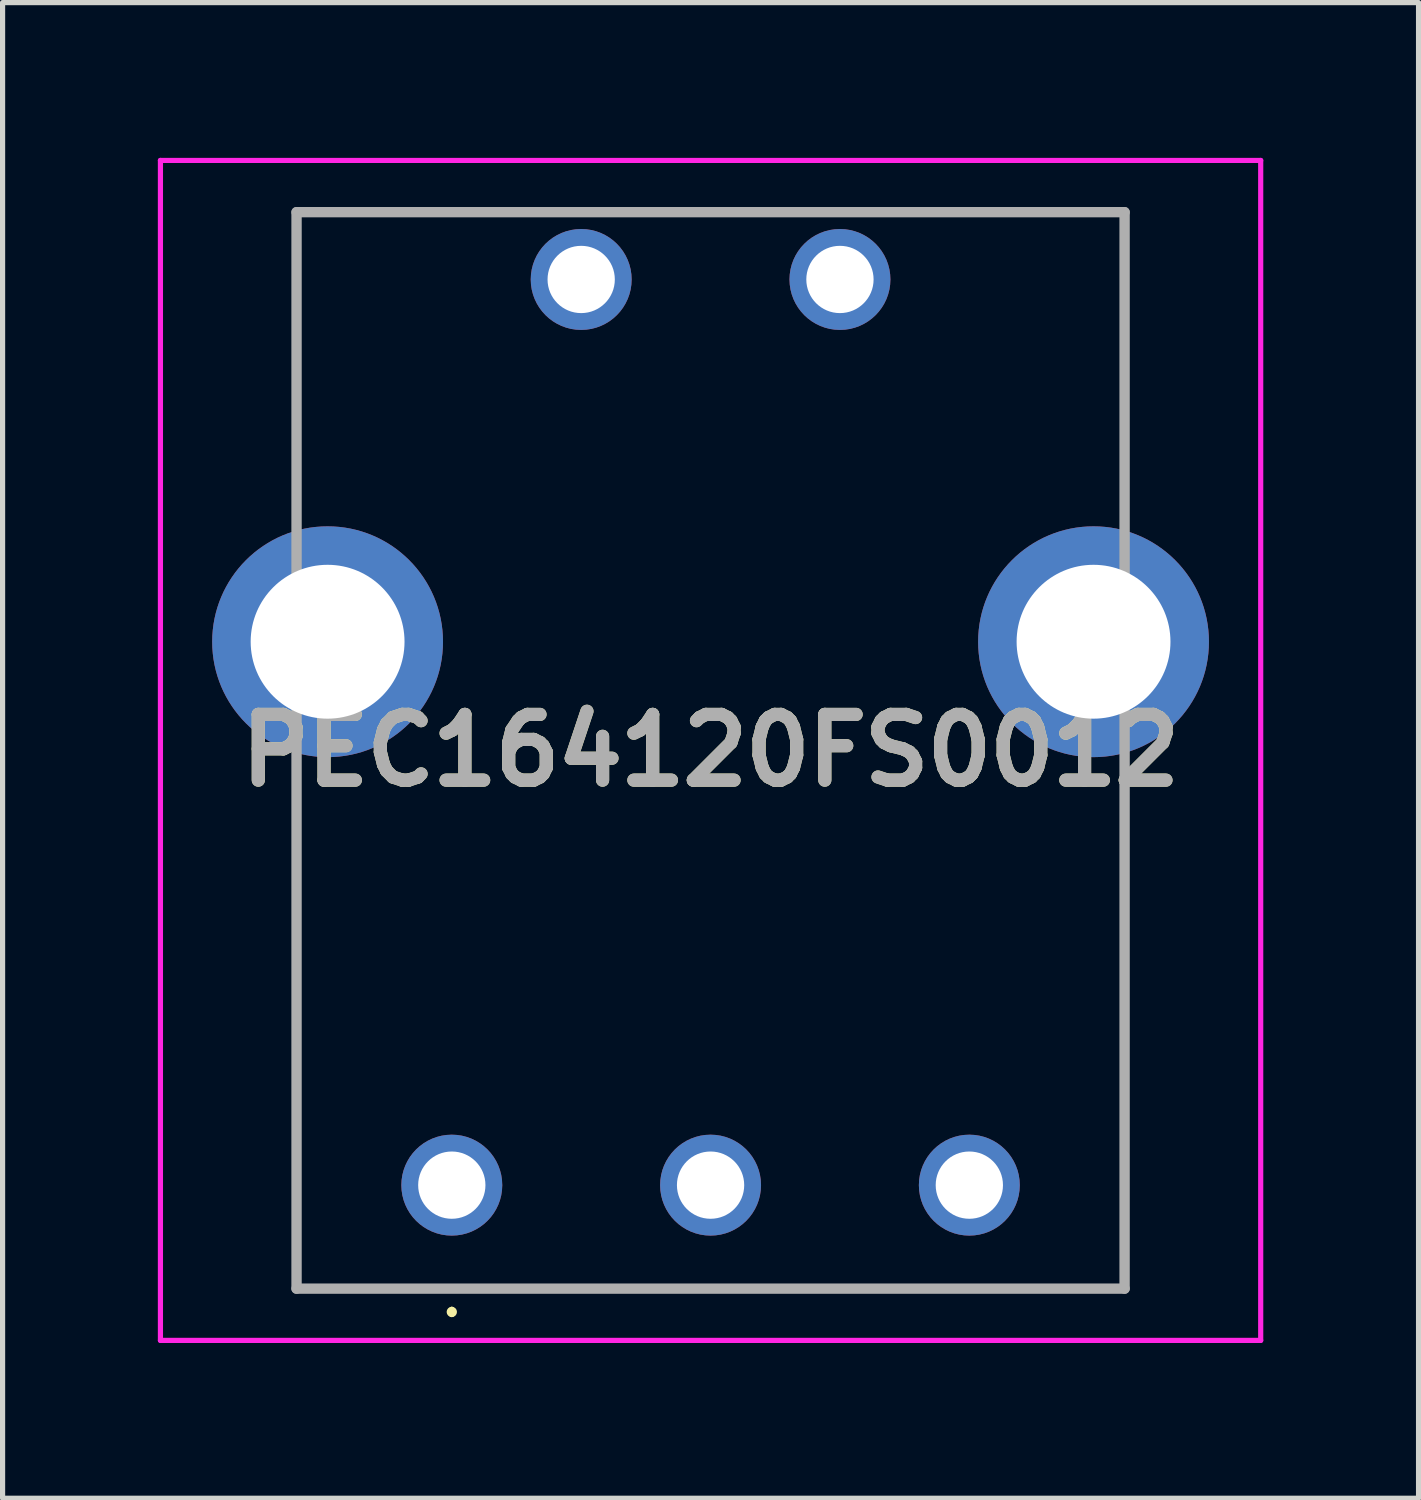
<source format=kicad_pcb>
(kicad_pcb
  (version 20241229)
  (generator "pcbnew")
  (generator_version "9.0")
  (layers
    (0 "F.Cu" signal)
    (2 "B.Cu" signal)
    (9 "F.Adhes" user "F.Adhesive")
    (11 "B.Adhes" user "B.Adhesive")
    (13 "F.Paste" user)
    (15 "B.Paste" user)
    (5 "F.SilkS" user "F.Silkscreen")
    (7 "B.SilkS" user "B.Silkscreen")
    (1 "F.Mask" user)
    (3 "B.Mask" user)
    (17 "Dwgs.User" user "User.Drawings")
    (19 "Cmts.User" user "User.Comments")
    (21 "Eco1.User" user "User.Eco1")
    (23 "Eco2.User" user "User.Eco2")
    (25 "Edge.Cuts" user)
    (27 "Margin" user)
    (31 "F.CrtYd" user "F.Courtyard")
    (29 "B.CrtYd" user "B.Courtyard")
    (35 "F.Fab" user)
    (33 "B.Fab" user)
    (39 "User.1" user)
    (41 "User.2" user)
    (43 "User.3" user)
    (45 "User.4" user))
  (footprint "PEC164120FS0012"
    (layer "F.Cu")
    (at 5.68 19.85)
    (property "Reference" "PEC164120FS0012" (at 5 -8.4 0) (layer "F.SilkS") (effects (font (size 1.27 1.27) (thickness 0.254))))
    (attr through_hole)
    (fp_line (start -3 -18.8) (end -3 -13.5) (stroke (width 0.1) (type solid)) (layer "F.SilkS"))
    (fp_line (start -3 -7.5) (end -3 2) (stroke (width 0.1) (type solid)) (layer "F.SilkS"))
    (fp_line (start -3 2) (end 13 2) (stroke (width 0.1) (type solid)) (layer "F.SilkS"))
    (fp_line (start 0 2.4) (end 0 2.4) (stroke (width 0.1) (type solid)) (layer "F.SilkS"))
    (fp_line (start 0 2.5) (end 0 2.5) (stroke (width 0.1) (type solid)) (layer "F.SilkS"))
    (fp_line (start 13 -18.8) (end -3 -18.8) (stroke (width 0.1) (type solid)) (layer "F.SilkS"))
    (fp_line (start 13 -13.5) (end 13 -18.8) (stroke (width 0.1) (type solid)) (layer "F.SilkS"))
    (fp_line (start 13 2) (end 13 -7.5) (stroke (width 0.1) (type solid)) (layer "F.SilkS"))
    (fp_arc (start 0 2.4) (mid 0.05 2.45) (end 0 2.5) (stroke (width 0.1) (type solid)) (layer "F.SilkS"))
    (fp_arc (start 0 2.5) (mid -0.05 2.45) (end 0 2.4) (stroke (width 0.1) (type solid)) (layer "F.SilkS"))
    (fp_line (start -5.63 -19.8) (end 15.63 -19.8) (stroke (width 0.1) (type solid)) (layer "F.CrtYd"))
    (fp_line (start -5.63 3) (end -5.63 -19.8) (stroke (width 0.1) (type solid)) (layer "F.CrtYd"))
    (fp_line (start 15.63 -19.8) (end 15.63 3) (stroke (width 0.1) (type solid)) (layer "F.CrtYd"))
    (fp_line (start 15.63 3) (end -5.63 3) (stroke (width 0.1) (type solid)) (layer "F.CrtYd"))
    (fp_line (start -3 -18.8) (end 13 -18.8) (stroke (width 0.2) (type solid)) (layer "F.Fab"))
    (fp_line (start -3 2) (end -3 -18.8) (stroke (width 0.2) (type solid)) (layer "F.Fab"))
    (fp_line (start 13 -18.8) (end 13 2) (stroke (width 0.2) (type solid)) (layer "F.Fab"))
    (fp_line (start 13 2) (end -3 2) (stroke (width 0.2) (type solid)) (layer "F.Fab"))
    (fp_text user "${REFERENCE}" (at 5 -8.4 0) (layer "F.Fab") (effects (font (size 1.27 1.27) (thickness 0.254))))
    (pad "A1" thru_hole circle (at 0 0) (size 1.95 1.95) (drill 1.3) (layers "*.Cu" "*.Mask"))
    (pad "B1" thru_hole circle (at 5 0) (size 1.95 1.95) (drill 1.3) (layers "*.Cu" "*.Mask"))
    (pad "C1" thru_hole circle (at 10 0) (size 1.95 1.95) (drill 1.3) (layers "*.Cu" "*.Mask"))
    (pad "D1" thru_hole circle (at 2.5 -17.5) (size 1.95 1.95) (drill 1.3) (layers "*.Cu" "*.Mask"))
    (pad "E1" thru_hole circle (at 7.5 -17.5) (size 1.95 1.95) (drill 1.3) (layers "*.Cu" "*.Mask"))
    (pad "MH1" thru_hole circle (at -2.4 -10.5) (size 4.46 4.46) (drill 2.973) (layers "*.Cu" "*.Mask"))
    (pad "MH2" thru_hole circle (at 12.4 -10.5) (size 4.46 4.46) (drill 2.973) (layers "*.Cu" "*.Mask")))
  (gr_rect
    (start -3 -3)
    (end 24.36 25.9)
    (stroke (width 0.1) (type default))
    (fill no)
    (layer "Edge.Cuts")))
</source>
